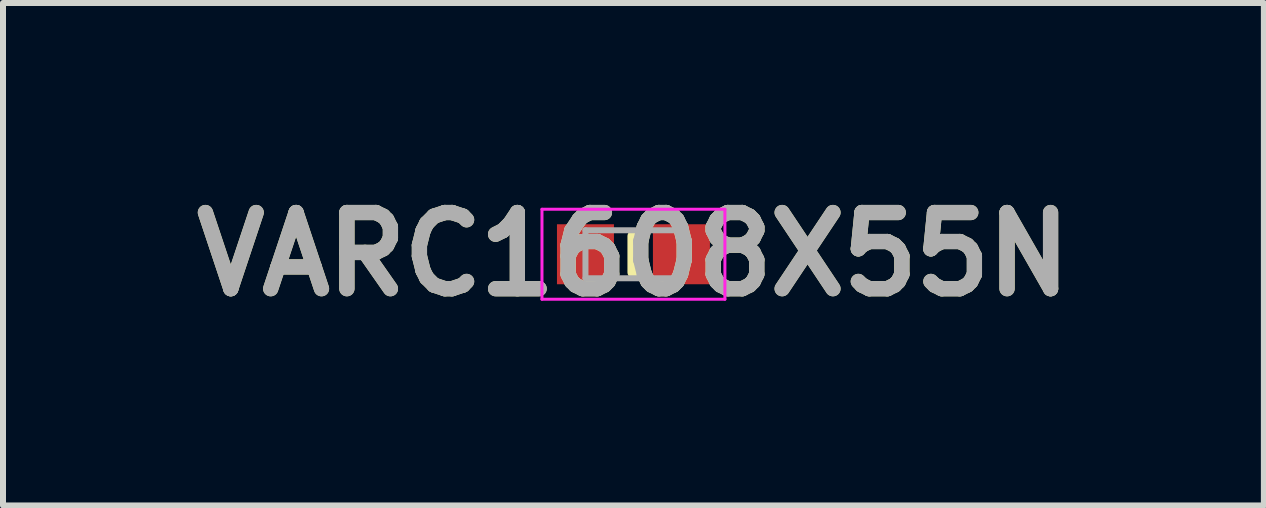
<source format=kicad_pcb>
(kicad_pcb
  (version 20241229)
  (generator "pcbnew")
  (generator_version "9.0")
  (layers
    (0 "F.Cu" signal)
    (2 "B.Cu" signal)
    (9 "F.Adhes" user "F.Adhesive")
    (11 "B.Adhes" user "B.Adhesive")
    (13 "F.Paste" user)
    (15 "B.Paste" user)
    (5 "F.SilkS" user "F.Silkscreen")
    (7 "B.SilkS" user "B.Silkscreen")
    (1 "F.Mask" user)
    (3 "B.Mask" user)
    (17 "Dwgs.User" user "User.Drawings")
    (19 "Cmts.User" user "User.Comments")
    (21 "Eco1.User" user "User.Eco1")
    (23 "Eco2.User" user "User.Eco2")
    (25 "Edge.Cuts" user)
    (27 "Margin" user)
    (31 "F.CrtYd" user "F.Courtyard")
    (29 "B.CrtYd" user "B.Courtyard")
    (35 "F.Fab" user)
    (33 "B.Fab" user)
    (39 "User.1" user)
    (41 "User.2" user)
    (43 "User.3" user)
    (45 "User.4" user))
  (footprint "VARC1608X55N"
    (layer "F.Cu")
    (at 7.511 1.189)
    (property "Reference" "VARC1608X55N" (at 0 0 0) (layer "F.SilkS") (effects (font (size 1.27 1.27) (thickness 0.254))))
    (attr smd)
    (fp_line (start 0 -0.3) (end 0 0.3) (stroke (width 0.2) (type solid)) (layer "F.SilkS"))
    (fp_line (start -1.525 -0.75) (end 1.525 -0.75) (stroke (width 0.05) (type solid)) (layer "F.CrtYd"))
    (fp_line (start -1.525 0.75) (end -1.525 -0.75) (stroke (width 0.05) (type solid)) (layer "F.CrtYd"))
    (fp_line (start 1.525 -0.75) (end 1.525 0.75) (stroke (width 0.05) (type solid)) (layer "F.CrtYd"))
    (fp_line (start 1.525 0.75) (end -1.525 0.75) (stroke (width 0.05) (type solid)) (layer "F.CrtYd"))
    (fp_line (start -0.8 -0.4) (end 0.8 -0.4) (stroke (width 0.1) (type solid)) (layer "F.Fab"))
    (fp_line (start -0.8 0.4) (end -0.8 -0.4) (stroke (width 0.1) (type solid)) (layer "F.Fab"))
    (fp_line (start 0.8 -0.4) (end 0.8 0.4) (stroke (width 0.1) (type solid)) (layer "F.Fab"))
    (fp_line (start 0.8 0.4) (end -0.8 0.4) (stroke (width 0.1) (type solid)) (layer "F.Fab"))
    (fp_text user "${REFERENCE}" (at 0 0 0) (layer "F.Fab") (effects (font (size 1.27 1.27) (thickness 0.254))))
    (pad "1" smd rect (at -0.8 0) (size 0.95 1) (layers "F.Cu" "F.Mask" "F.Paste"))
    (pad "2" smd rect (at 0.8 0) (size 0.95 1) (layers "F.Cu" "F.Mask" "F.Paste")))
  (gr_rect
    (start -3 -3)
    (end 18.022 5.377)
    (stroke (width 0.1) (type default))
    (fill no)
    (layer "Edge.Cuts")))
</source>
